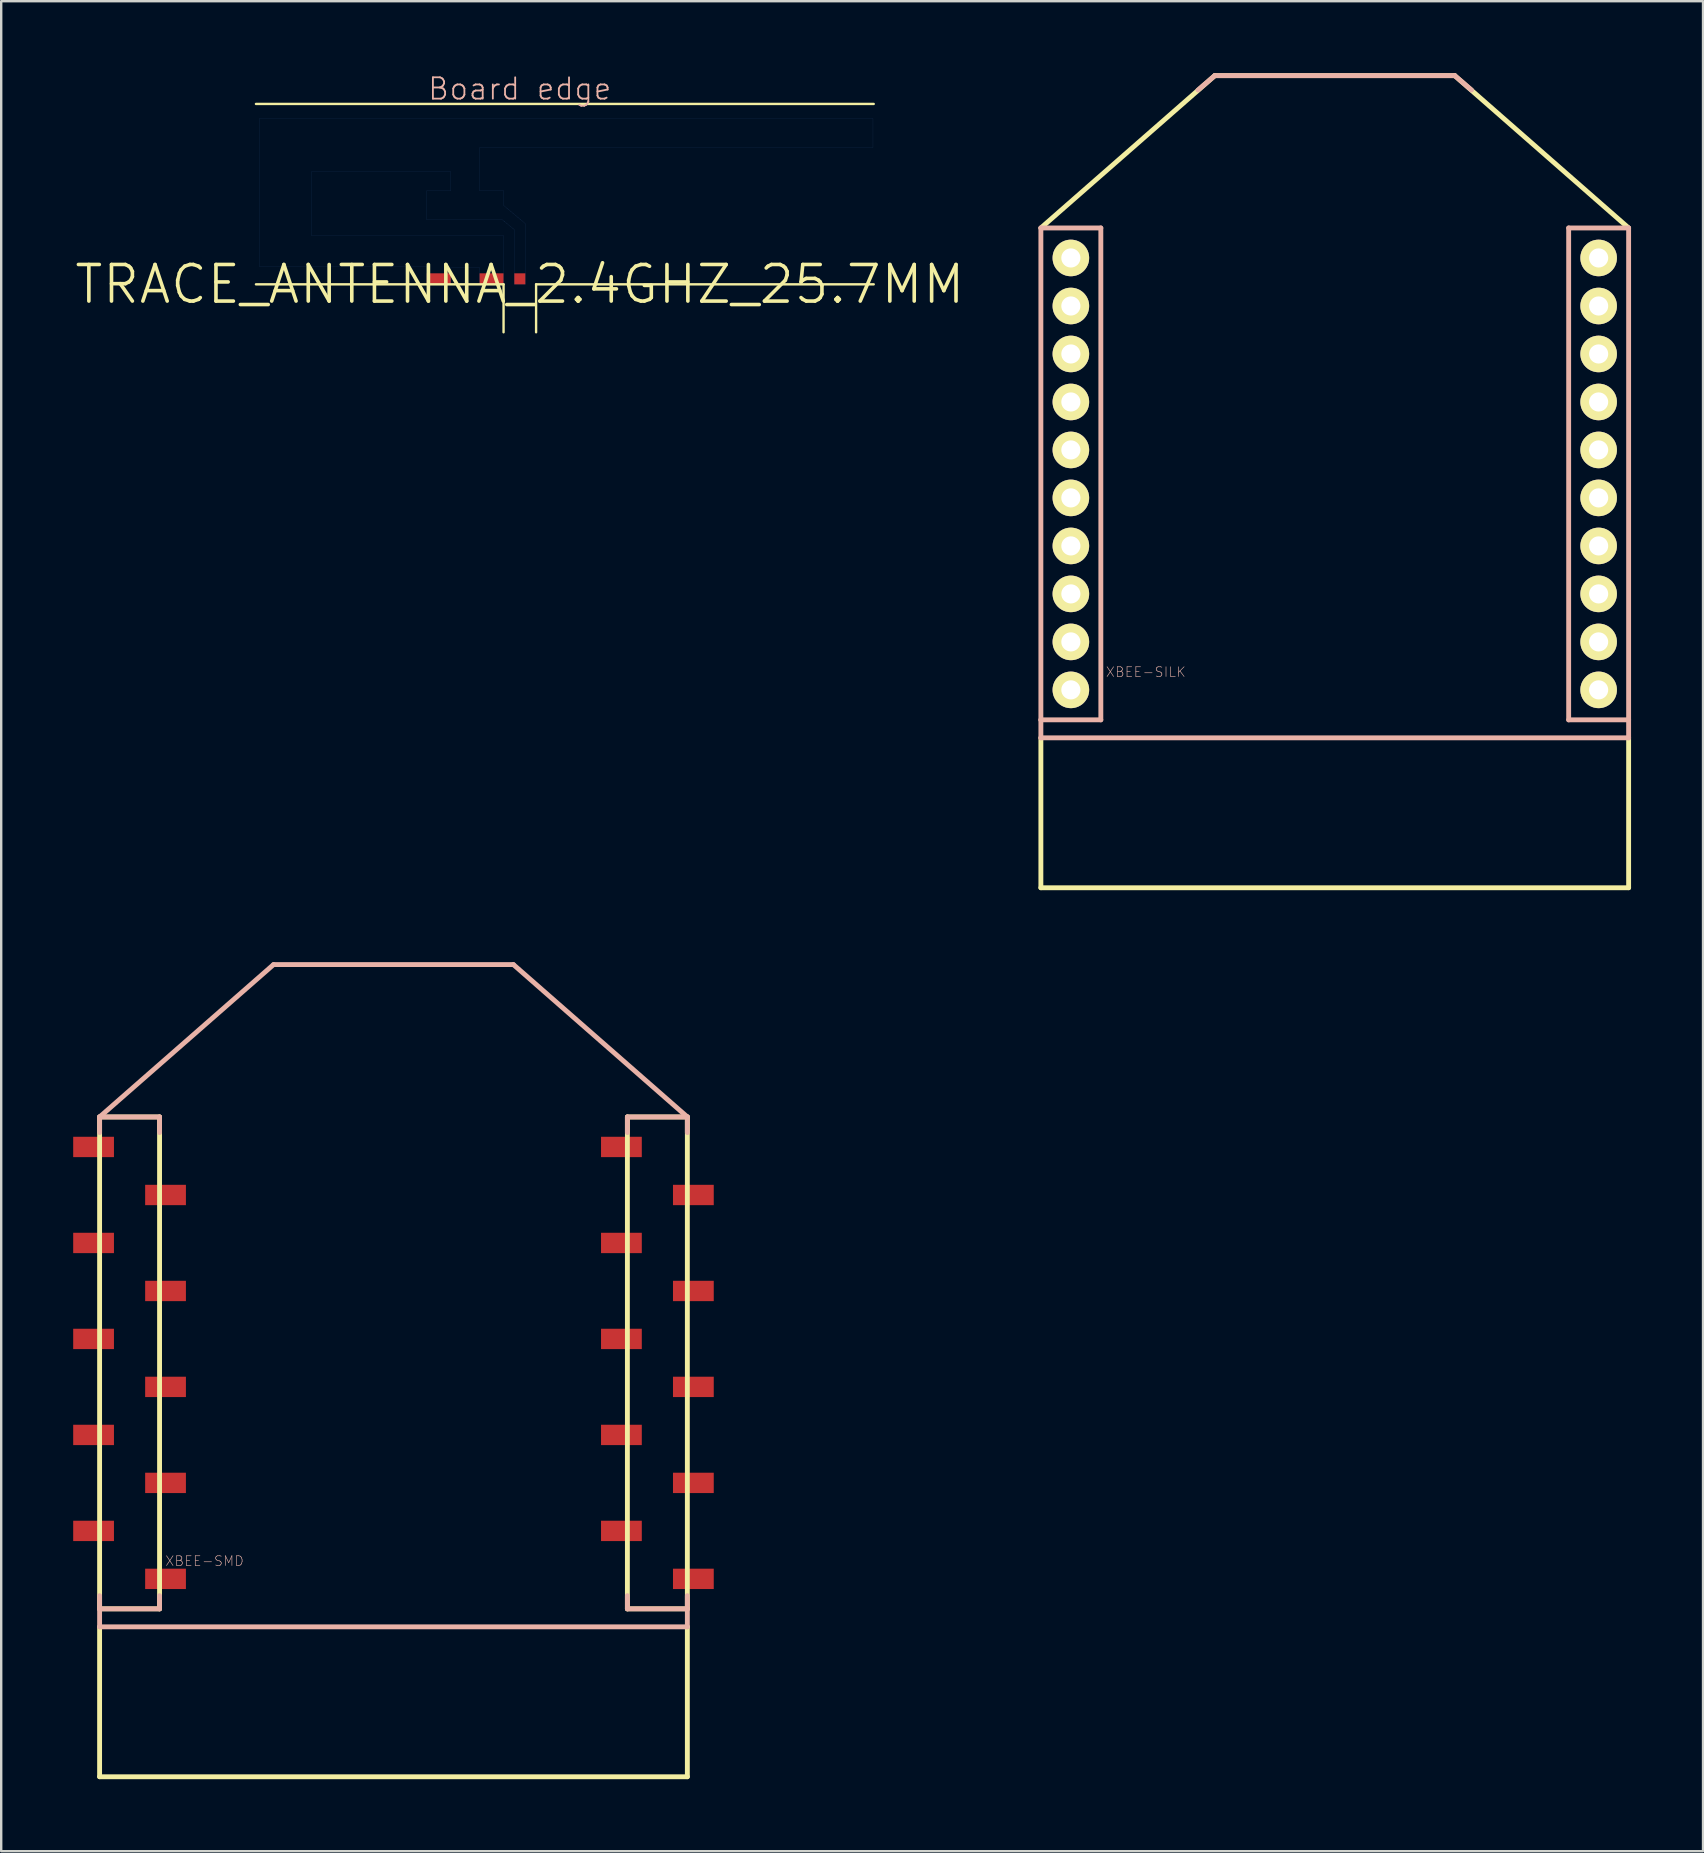
<source format=kicad_pcb>
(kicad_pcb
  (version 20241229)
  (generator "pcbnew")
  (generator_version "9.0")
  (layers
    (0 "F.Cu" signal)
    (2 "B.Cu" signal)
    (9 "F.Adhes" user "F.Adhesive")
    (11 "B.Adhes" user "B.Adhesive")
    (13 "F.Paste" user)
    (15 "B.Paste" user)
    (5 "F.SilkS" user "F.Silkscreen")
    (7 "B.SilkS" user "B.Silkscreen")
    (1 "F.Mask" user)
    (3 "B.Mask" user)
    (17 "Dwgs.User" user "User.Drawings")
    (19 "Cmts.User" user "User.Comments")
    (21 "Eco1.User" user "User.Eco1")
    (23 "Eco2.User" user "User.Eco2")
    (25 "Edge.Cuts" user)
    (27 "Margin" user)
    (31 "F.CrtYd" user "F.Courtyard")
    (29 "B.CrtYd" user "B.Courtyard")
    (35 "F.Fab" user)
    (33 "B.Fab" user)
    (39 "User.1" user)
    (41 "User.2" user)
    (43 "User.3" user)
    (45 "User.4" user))
  (footprint "XBEE-SMD"
    (layer "F.Cu")
    (at 13.349 64.752)
    (property "Reference" "XBEE-SMD" (at -7.874 -2.743 0) (layer "B.SilkS") (effects (font (size 0.406 0.406) (thickness 0.025))))
    (attr smd)
    (fp_line (start -12.248 -21.25) (end -9.749 -21.25) (stroke (width 0.203) (type solid)) (layer "F.SilkS"))
    (fp_line (start -12.248 -0.749) (end -12.248 -21.25) (stroke (width 0.203) (type solid)) (layer "F.SilkS"))
    (fp_line (start -12.248 -0.749) (end -9.749 -0.749) (stroke (width 0.203) (type solid)) (layer "F.SilkS"))
    (fp_line (start -12.248 0) (end -12.248 6.248) (stroke (width 0.203) (type solid)) (layer "F.SilkS"))
    (fp_line (start -12.248 6.248) (end 12.248 6.248) (stroke (width 0.203) (type solid)) (layer "F.SilkS"))
    (fp_line (start -9.749 -21.25) (end -9.749 -0.749) (stroke (width 0.203) (type solid)) (layer "F.SilkS"))
    (fp_line (start 9.749 -21.25) (end 12.248 -21.25) (stroke (width 0.203) (type solid)) (layer "F.SilkS"))
    (fp_line (start 9.749 -0.749) (end 9.749 -21.25) (stroke (width 0.203) (type solid)) (layer "F.SilkS"))
    (fp_line (start 9.749 -0.749) (end 12.248 -0.749) (stroke (width 0.203) (type solid)) (layer "F.SilkS"))
    (fp_line (start 12.248 -21.25) (end 12.248 -0.749) (stroke (width 0.203) (type solid)) (layer "F.SilkS"))
    (fp_line (start 12.248 0) (end 12.248 6.248) (stroke (width 0.203) (type solid)) (layer "F.SilkS"))
    (fp_line (start -12.248 -21.25) (end -12.248 -20.599) (stroke (width 0.203) (type solid)) (layer "B.SilkS"))
    (fp_line (start -12.248 -21.25) (end -4.999 -27.6) (stroke (width 0.203) (type solid)) (layer "B.SilkS"))
    (fp_line (start -12.248 -1.298) (end -12.248 -0.749) (stroke (width 0.203) (type solid)) (layer "B.SilkS"))
    (fp_line (start -12.248 -0.749) (end -12.248 0) (stroke (width 0.203) (type solid)) (layer "B.SilkS"))
    (fp_line (start -12.248 -0.749) (end -9.749 -0.749) (stroke (width 0.203) (type solid)) (layer "B.SilkS"))
    (fp_line (start -12.248 0) (end 12.248 0) (stroke (width 0.203) (type solid)) (layer "B.SilkS"))
    (fp_line (start -9.749 -21.25) (end -12.248 -21.25) (stroke (width 0.203) (type solid)) (layer "B.SilkS"))
    (fp_line (start -9.749 -20.599) (end -9.749 -21.25) (stroke (width 0.203) (type solid)) (layer "B.SilkS"))
    (fp_line (start -9.749 -0.749) (end -9.749 -1.298) (stroke (width 0.203) (type solid)) (layer "B.SilkS"))
    (fp_line (start -4.999 -27.6) (end 4.999 -27.6) (stroke (width 0.203) (type solid)) (layer "B.SilkS"))
    (fp_line (start 9.749 -21.25) (end 9.749 -20.599) (stroke (width 0.203) (type solid)) (layer "B.SilkS"))
    (fp_line (start 9.749 -0.749) (end 9.749 -1.298) (stroke (width 0.203) (type solid)) (layer "B.SilkS"))
    (fp_line (start 9.749 -0.749) (end 12.248 -0.749) (stroke (width 0.203) (type solid)) (layer "B.SilkS"))
    (fp_line (start 12.248 -21.25) (end 4.999 -27.6) (stroke (width 0.203) (type solid)) (layer "B.SilkS"))
    (fp_line (start 12.248 -21.25) (end 9.749 -21.25) (stroke (width 0.203) (type solid)) (layer "B.SilkS"))
    (fp_line (start 12.248 -20.599) (end 12.248 -21.25) (stroke (width 0.203) (type solid)) (layer "B.SilkS"))
    (fp_line (start 12.248 -0.749) (end 12.248 -1.298) (stroke (width 0.203) (type solid)) (layer "B.SilkS"))
    (fp_line (start 12.248 -0.749) (end 12.248 0) (stroke (width 0.203) (type solid)) (layer "B.SilkS"))
    (pad "1" smd rect (at -12.499 -20 90) (size 0.848 1.699) (layers "F.Cu" "F.Mask" "F.Paste"))
    (pad "2" smd rect (at -9.5 -17.998 90) (size 0.848 1.699) (layers "F.Cu" "F.Mask" "F.Paste"))
    (pad "3" smd rect (at -12.499 -15.999 90) (size 0.848 1.699) (layers "F.Cu" "F.Mask" "F.Paste"))
    (pad "4" smd rect (at -9.5 -13.998 90) (size 0.848 1.699) (layers "F.Cu" "F.Mask" "F.Paste"))
    (pad "5" smd rect (at -12.499 -11.999 90) (size 0.848 1.699) (layers "F.Cu" "F.Mask" "F.Paste"))
    (pad "6" smd rect (at -9.5 -10 90) (size 0.848 1.699) (layers "F.Cu" "F.Mask" "F.Paste"))
    (pad "7" smd rect (at -12.499 -7.998 90) (size 0.848 1.699) (layers "F.Cu" "F.Mask" "F.Paste"))
    (pad "8" smd rect (at -9.5 -5.999 90) (size 0.848 1.699) (layers "F.Cu" "F.Mask" "F.Paste"))
    (pad "9" smd rect (at -12.499 -3.998 90) (size 0.848 1.699) (layers "F.Cu" "F.Mask" "F.Paste"))
    (pad "10" smd rect (at -9.5 -1.999 90) (size 0.848 1.699) (layers "F.Cu" "F.Mask" "F.Paste"))
    (pad "11" smd rect (at 12.499 -1.999 90) (size 0.848 1.699) (layers "F.Cu" "F.Mask" "F.Paste"))
    (pad "12" smd rect (at 9.5 -3.998 90) (size 0.848 1.699) (layers "F.Cu" "F.Mask" "F.Paste"))
    (pad "13" smd rect (at 12.499 -5.999 90) (size 0.848 1.699) (layers "F.Cu" "F.Mask" "F.Paste"))
    (pad "14" smd rect (at 9.5 -7.998 90) (size 0.848 1.699) (layers "F.Cu" "F.Mask" "F.Paste"))
    (pad "15" smd rect (at 12.499 -10 90) (size 0.848 1.699) (layers "F.Cu" "F.Mask" "F.Paste"))
    (pad "16" smd rect (at 9.5 -11.999 90) (size 0.848 1.699) (layers "F.Cu" "F.Mask" "F.Paste"))
    (pad "17" smd rect (at 12.499 -13.998 90) (size 0.848 1.699) (layers "F.Cu" "F.Mask" "F.Paste"))
    (pad "18" smd rect (at 9.5 -15.999 90) (size 0.848 1.699) (layers "F.Cu" "F.Mask" "F.Paste"))
    (pad "19" smd rect (at 12.499 -17.998 90) (size 0.848 1.699) (layers "F.Cu" "F.Mask" "F.Paste"))
    (pad "20" smd rect (at 9.5 -20 90) (size 0.848 1.699) (layers "F.Cu" "F.Mask" "F.Paste")))
  (footprint "TRACE_ANTENNA_2.4GHZ_25.7MM"
    (layer "F.Cu")
    (at 18.615 8.8)
    (property "Reference" "TRACE_ANTENNA_2.4GHZ_25.7MM" (at 0 0 0) (layer "F.SilkS") (effects (font (size 1.524 1.524) (thickness 0.15))))
    (attr smd)
    (fp_line (start -10.858 -6.909) (end 14.719 -6.909) (stroke (width 0.003) (type solid)) (layer "B.Cu"))
    (fp_line (start -10.858 -0.739) (end -10.858 -6.909) (stroke (width 0.003) (type solid)) (layer "B.Cu"))
    (fp_line (start -8.679 -4.699) (end -8.679 -2.029) (stroke (width 0.003) (type solid)) (layer "B.Cu"))
    (fp_line (start -8.679 -2.029) (end -0.678 -2.029) (stroke (width 0.003) (type solid)) (layer "B.Cu"))
    (fp_line (start -3.879 -3.899) (end -2.878 -3.899) (stroke (width 0.003) (type solid)) (layer "B.Cu"))
    (fp_line (start -3.879 -2.69) (end -3.879 -3.899) (stroke (width 0.003) (type solid)) (layer "B.Cu"))
    (fp_line (start -3.879 -0.739) (end -10.858 -0.739) (stroke (width 0.003) (type solid)) (layer "B.Cu"))
    (fp_line (start -3.879 0) (end -3.879 -0.739) (stroke (width 0.003) (type solid)) (layer "B.Cu"))
    (fp_line (start -2.878 -4.699) (end -8.679 -4.699) (stroke (width 0.003) (type solid)) (layer "B.Cu"))
    (fp_line (start -2.878 -3.899) (end -2.878 -4.699) (stroke (width 0.003) (type solid)) (layer "B.Cu"))
    (fp_line (start -2.878 -0.699) (end -2.878 0) (stroke (width 0.003) (type solid)) (layer "B.Cu"))
    (fp_line (start -2.878 0) (end -3.879 0) (stroke (width 0.003) (type solid)) (layer "B.Cu"))
    (fp_line (start -1.679 -5.7) (end -1.679 -3.899) (stroke (width 0.003) (type solid)) (layer "B.Cu"))
    (fp_line (start -1.679 -3.899) (end -0.678 -3.899) (stroke (width 0.003) (type solid)) (layer "B.Cu"))
    (fp_line (start -1.679 -0.699) (end -2.878 -0.699) (stroke (width 0.003) (type solid)) (layer "B.Cu"))
    (fp_line (start -1.679 0) (end -1.679 -0.699) (stroke (width 0.003) (type solid)) (layer "B.Cu"))
    (fp_line (start -0.729 -2.69) (end -3.879 -2.69) (stroke (width 0.003) (type solid)) (layer "B.Cu"))
    (fp_line (start -0.678 -3.899) (end -0.678 -3.289) (stroke (width 0.003) (type solid)) (layer "B.Cu"))
    (fp_line (start -0.678 -3.289) (end 0.229 -2.53) (stroke (width 0.003) (type solid)) (layer "B.Cu"))
    (fp_line (start -0.678 -2.029) (end -0.678 0) (stroke (width 0.003) (type solid)) (layer "B.Cu"))
    (fp_line (start -0.678 0) (end -1.679 0) (stroke (width 0.003) (type solid)) (layer "B.Cu"))
    (fp_line (start -0.229 -2.278) (end -0.729 -2.69) (stroke (width 0.003) (type solid)) (layer "B.Cu"))
    (fp_line (start -0.229 0) (end -0.229 -2.278) (stroke (width 0.003) (type solid)) (layer "B.Cu"))
    (fp_line (start 0.229 -2.53) (end 0.229 0) (stroke (width 0.003) (type solid)) (layer "B.Cu"))
    (fp_line (start 0.229 0) (end -0.229 0) (stroke (width 0.003) (type solid)) (layer "B.Cu"))
    (fp_line (start 14.719 -6.909) (end 14.719 -5.7) (stroke (width 0.003) (type solid)) (layer "B.Cu"))
    (fp_line (start 14.719 -5.7) (end -1.679 -5.7) (stroke (width 0.003) (type solid)) (layer "B.Cu"))
    (fp_line (start -10.998 -7.518) (end 14.75 -7.518) (stroke (width 0.099) (type solid)) (layer "F.SilkS"))
    (fp_line (start -0.678 0) (end -10.998 0) (stroke (width 0.099) (type solid)) (layer "F.SilkS"))
    (fp_line (start -0.678 1.999) (end -0.678 0) (stroke (width 0.099) (type solid)) (layer "F.SilkS"))
    (fp_line (start 0.678 0) (end 0.678 1.999) (stroke (width 0.099) (type solid)) (layer "F.SilkS"))
    (fp_line (start 0.678 0) (end 14.75 0) (stroke (width 0.099) (type solid)) (layer "F.SilkS"))
    (fp_text user "Board edge" (at -0.003 -8.146 0) (layer "B.SilkS") (effects (font (size 0.889 0.889) (thickness 0.076))))
    (pad "ANT" smd rect (at 0 -0.229) (size 0.46 0.46) (layers "F.Cu" "F.Mask" "F.Paste"))
    (pad "GND" smd rect (at -1.179 -0.229) (size 0.998 0.46) (layers "F.Cu" "F.Mask" "F.Paste"))
    (pad "GND2" smd rect (at -3.378 -0.229) (size 0.998 0.46) (layers "F.Cu" "F.Mask" "F.Paste")))
  (footprint "XBEE-SILK"
    (layer "F.Cu")
    (at 52.579 27.701)
    (property "Reference" "XBEE-SILK" (at -7.874 -2.743 0) (layer "B.SilkS") (effects (font (size 0.406 0.406) (thickness 0.025))))
    (attr exclude_from_pos_files exclude_from_bom)
    (fp_line (start -12.248 -21.25) (end -4.999 -27.6) (stroke (width 0.203) (type solid)) (layer "F.SilkS"))
    (fp_line (start -12.248 0) (end -12.248 6.248) (stroke (width 0.203) (type solid)) (layer "F.SilkS"))
    (fp_line (start -12.248 6.248) (end 12.248 6.248) (stroke (width 0.203) (type solid)) (layer "F.SilkS"))
    (fp_line (start -4.999 -27.6) (end 4.999 -27.6) (stroke (width 0.203) (type solid)) (layer "F.SilkS"))
    (fp_line (start 12.248 -21.25) (end 4.999 -27.6) (stroke (width 0.203) (type solid)) (layer "F.SilkS"))
    (fp_line (start 12.248 0) (end 12.248 6.248) (stroke (width 0.203) (type solid)) (layer "F.SilkS"))
    (fp_line (start -12.248 -21.25) (end -12.248 -0.749) (stroke (width 0.203) (type solid)) (layer "B.SilkS"))
    (fp_line (start -12.248 -0.749) (end -12.248 0) (stroke (width 0.203) (type solid)) (layer "B.SilkS"))
    (fp_line (start -12.248 -0.749) (end -9.749 -0.749) (stroke (width 0.203) (type solid)) (layer "B.SilkS"))
    (fp_line (start -12.248 0) (end 12.248 0) (stroke (width 0.203) (type solid)) (layer "B.SilkS"))
    (fp_line (start -9.749 -21.25) (end -12.248 -21.25) (stroke (width 0.203) (type solid)) (layer "B.SilkS"))
    (fp_line (start -9.749 -21.25) (end -9.749 -0.749) (stroke (width 0.203) (type solid)) (layer "B.SilkS"))
    (fp_line (start -4.999 -27.6) (end -5.7 -26.998) (stroke (width 0.203) (type solid)) (layer "B.SilkS"))
    (fp_line (start -4.999 -27.6) (end 4.999 -27.6) (stroke (width 0.203) (type solid)) (layer "B.SilkS"))
    (fp_line (start 4.999 -27.6) (end 5.7 -26.998) (stroke (width 0.203) (type solid)) (layer "B.SilkS"))
    (fp_line (start 9.749 -21.25) (end 9.749 -0.749) (stroke (width 0.203) (type solid)) (layer "B.SilkS"))
    (fp_line (start 9.749 -21.25) (end 12.248 -21.25) (stroke (width 0.203) (type solid)) (layer "B.SilkS"))
    (fp_line (start 12.248 -21.25) (end 12.248 -0.749) (stroke (width 0.203) (type solid)) (layer "B.SilkS"))
    (fp_line (start 12.248 -0.749) (end 9.749 -0.749) (stroke (width 0.203) (type solid)) (layer "B.SilkS"))
    (fp_line (start 12.248 -0.749) (end 12.248 0) (stroke (width 0.203) (type solid)) (layer "B.SilkS"))
    (pad "1" thru_hole circle (at -10.998 -20) (size 1.524 1.524) (drill 0.798) (layers "*.Cu" "F.Mask" "F.SilkS" "F.Paste"))
    (pad "2" thru_hole circle (at -10.998 -17.998) (size 1.524 1.524) (drill 0.798) (layers "*.Cu" "F.Mask" "F.SilkS" "F.Paste"))
    (pad "3" thru_hole circle (at -10.998 -15.999) (size 1.524 1.524) (drill 0.798) (layers "*.Cu" "F.Mask" "F.SilkS" "F.Paste"))
    (pad "4" thru_hole circle (at -10.998 -13.998) (size 1.524 1.524) (drill 0.798) (layers "*.Cu" "F.Mask" "F.SilkS" "F.Paste"))
    (pad "5" thru_hole circle (at -10.998 -11.999) (size 1.524 1.524) (drill 0.798) (layers "*.Cu" "F.Mask" "F.SilkS" "F.Paste"))
    (pad "6" thru_hole circle (at -10.998 -10) (size 1.524 1.524) (drill 0.798) (layers "*.Cu" "F.Mask" "F.SilkS" "F.Paste"))
    (pad "7" thru_hole circle (at -10.998 -7.998) (size 1.524 1.524) (drill 0.798) (layers "*.Cu" "F.Mask" "F.SilkS" "F.Paste"))
    (pad "8" thru_hole circle (at -10.998 -5.999) (size 1.524 1.524) (drill 0.798) (layers "*.Cu" "F.Mask" "F.SilkS" "F.Paste"))
    (pad "9" thru_hole circle (at -10.998 -3.998) (size 1.524 1.524) (drill 0.798) (layers "*.Cu" "F.Mask" "F.SilkS" "F.Paste"))
    (pad "10" thru_hole circle (at -10.998 -1.999) (size 1.524 1.524) (drill 0.798) (layers "*.Cu" "F.Mask" "F.SilkS" "F.Paste"))
    (pad "11" thru_hole circle (at 10.998 -1.999) (size 1.524 1.524) (drill 0.798) (layers "*.Cu" "F.Mask" "F.SilkS" "F.Paste"))
    (pad "12" thru_hole circle (at 10.998 -3.998) (size 1.524 1.524) (drill 0.798) (layers "*.Cu" "F.Mask" "F.SilkS" "F.Paste"))
    (pad "13" thru_hole circle (at 10.998 -5.999) (size 1.524 1.524) (drill 0.798) (layers "*.Cu" "F.Mask" "F.SilkS" "F.Paste"))
    (pad "14" thru_hole circle (at 10.998 -7.998) (size 1.524 1.524) (drill 0.798) (layers "*.Cu" "F.Mask" "F.SilkS" "F.Paste"))
    (pad "15" thru_hole circle (at 10.998 -10) (size 1.524 1.524) (drill 0.798) (layers "*.Cu" "F.Mask" "F.SilkS" "F.Paste"))
    (pad "16" thru_hole circle (at 10.998 -11.999) (size 1.524 1.524) (drill 0.798) (layers "*.Cu" "F.Mask" "F.SilkS" "F.Paste"))
    (pad "17" thru_hole circle (at 10.998 -13.998) (size 1.524 1.524) (drill 0.798) (layers "*.Cu" "F.Mask" "F.SilkS" "F.Paste"))
    (pad "18" thru_hole circle (at 10.998 -15.999) (size 1.524 1.524) (drill 0.798) (layers "*.Cu" "F.Mask" "F.SilkS" "F.Paste"))
    (pad "19" thru_hole circle (at 10.998 -17.998) (size 1.524 1.524) (drill 0.798) (layers "*.Cu" "F.Mask" "F.SilkS" "F.Paste"))
    (pad "20" thru_hole circle (at 10.998 -20) (size 1.524 1.524) (drill 0.798) (layers "*.Cu" "F.Mask" "F.SilkS" "F.Paste")))
  (gr_rect
    (start -3 -3)
    (end 67.928 74.102)
    (stroke (width 0.1) (type default))
    (fill no)
    (layer "Edge.Cuts")))
</source>
